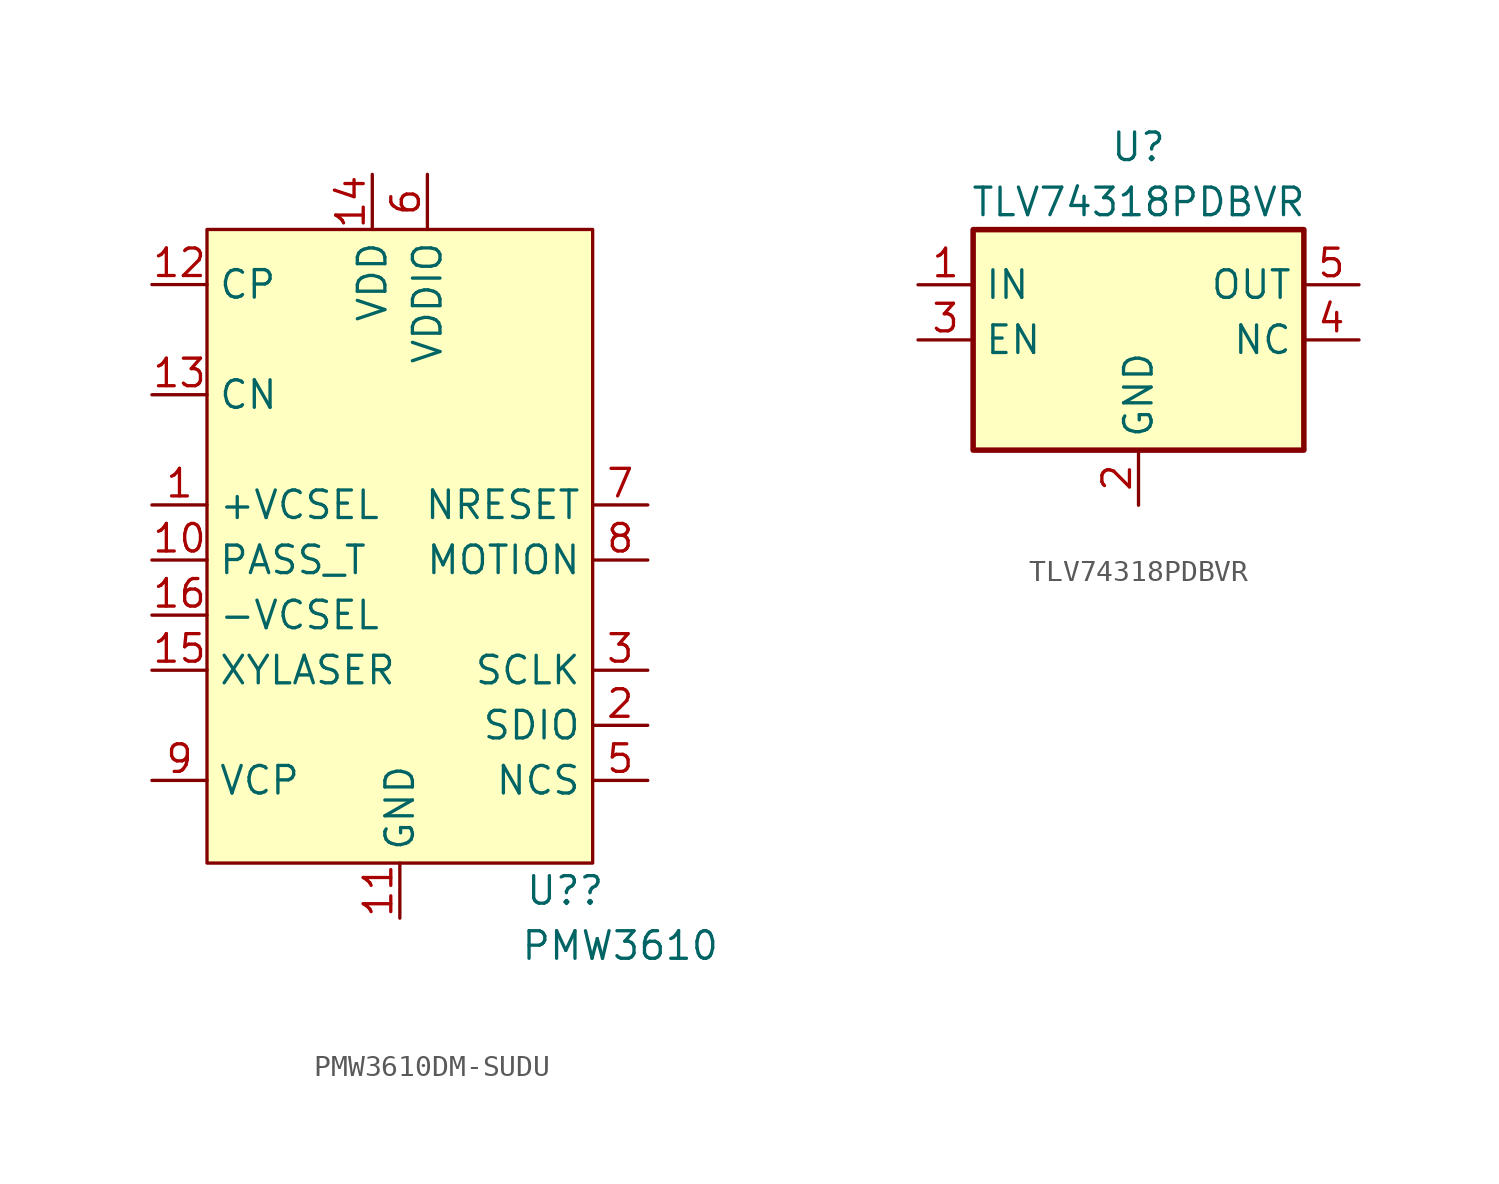
<source format=kicad_sym>
(kicad_symbol_lib
  (version 20241209)
  (generator "kicad_symbol_editor")
  (generator_version "9.0")
  (symbol "PMW3610DM-SUDU"
    (property "Reference" "U?"
      (at 7.62 -15.24 0)
      (effects (font (size 1.27 1.27))))
    (property "Value" "PMW3610"
      (at 10.16 -17.78 0)
      (effects (font (size 1.27 1.27))))
    (symbol "PMW3610DM-SUDU_0_1"
      (rectangle (start -8.89 15.24) (end 8.89 -13.97) (stroke (width 0) (type default)) (fill (type background))))
    (symbol "PMW3610DM-SUDU_1_1"
      (pin power_in line (at -11.43 12.7 0) (length 2.54) (name "CP" (effects (font (size 1.27 1.27)))) (number "12" (effects (font (size 1.27 1.27)))))
      (pin power_in line (at -11.43 7.62 0) (length 2.54) (name "CN" (effects (font (size 1.27 1.27)))) (number "13" (effects (font (size 1.27 1.27)))))
      (pin input line (at -11.43 2.54 0) (length 2.54) (name "+VCSEL" (effects (font (size 1.27 1.27)))) (number "1" (effects (font (size 1.27 1.27)))))
      (pin power_in line (at -11.43 0 0) (length 2.54) (name "PASS_T" (effects (font (size 1.27 1.27)))) (number "10" (effects (font (size 1.27 1.27)))))
      (pin input line (at -11.43 -2.54 0) (length 2.54) (name "-VCSEL" (effects (font (size 1.27 1.27)))) (number "16" (effects (font (size 1.27 1.27)))))
      (pin input line (at -11.43 -5.08 0) (length 2.54) (name "XYLASER" (effects (font (size 1.27 1.27)))) (number "15" (effects (font (size 1.27 1.27)))))
      (pin power_in line (at -11.43 -10.16 0) (length 2.54) (name "VCP" (effects (font (size 1.27 1.27)))) (number "9" (effects (font (size 1.27 1.27)))))
      (pin power_in line (at -1.27 17.78 270) (length 2.54) (name "VDD" (effects (font (size 1.27 1.27)))) (number "14" (effects (font (size 1.27 1.27)))))
      (pin power_in line (at 0 -16.51 90) (length 2.54) (name "GND" (effects (font (size 1.27 1.27)))) (number "11" (effects (font (size 1.27 1.27)))))
      (pin power_in line (at 1.27 17.78 270) (length 2.54) (name "VDDIO" (effects (font (size 1.27 1.27)))) (number "6" (effects (font (size 1.27 1.27)))))
      (pin no_connect line (at 2.54 -13.97 270) (length 2.54) (hide yes) (name "NC" (effects (font (size 1.27 1.27)))) (number "4" (effects (font (size 1.27 1.27)))))
      (pin input line (at 11.43 2.54 180) (length 2.54) (name "NRESET" (effects (font (size 1.27 1.27)))) (number "7" (effects (font (size 1.27 1.27)))))
      (pin output line (at 11.43 0 180) (length 2.54) (name "MOTION" (effects (font (size 1.27 1.27)))) (number "8" (effects (font (size 1.27 1.27)))))
      (pin input line (at 11.43 -5.08 180) (length 2.54) (name "SCLK" (effects (font (size 1.27 1.27)))) (number "3" (effects (font (size 1.27 1.27)))))
      (pin bidirectional line (at 11.43 -7.62 180) (length 2.54) (name "SDIO" (effects (font (size 1.27 1.27)))) (number "2" (effects (font (size 1.27 1.27)))))
      (pin input line (at 11.43 -10.16 180) (length 2.54) (name "NCS" (effects (font (size 1.27 1.27)))) (number "5" (effects (font (size 1.27 1.27)))))))
  (symbol "TLV74318PDBVR"
    (property "Reference" "U"
      (at 0 8.89 0)
      (effects (font (size 1.27 1.27))))
    (property "Value" "TLV74318PDBVR"
      (at 0 6.35 0)
      (effects (font (size 1.27 1.27))))
    (symbol "TLV74318PDBVR_0_1"
      (rectangle (start -7.62 5.08) (end 7.62 -5.08) (stroke (width 0.254) (type default)) (fill (type background))))
    (symbol "TLV74318PDBVR_1_1"
      (pin power_in line (at -10.16 2.54 0) (length 2.54) (name "IN" (effects (font (size 1.27 1.27)))) (number "1" (effects (font (size 1.27 1.27)))))
      (pin input line (at -10.16 0 0) (length 2.54) (name "EN" (effects (font (size 1.27 1.27)))) (number "3" (effects (font (size 1.27 1.27)))))
      (pin power_in line (at 0 -7.62 90) (length 2.54) (name "GND" (effects (font (size 1.27 1.27)))) (number "2" (effects (font (size 1.27 1.27)))))
      (pin power_out line (at 10.16 2.54 180) (length 2.54) (name "OUT" (effects (font (size 1.27 1.27)))) (number "5" (effects (font (size 1.27 1.27)))))
      (pin output line (at 10.16 0 180) (length 2.54) (name "NC" (effects (font (size 1.27 1.27)))) (number "4" (effects (font (size 1.27 1.27))))))))
</source>
